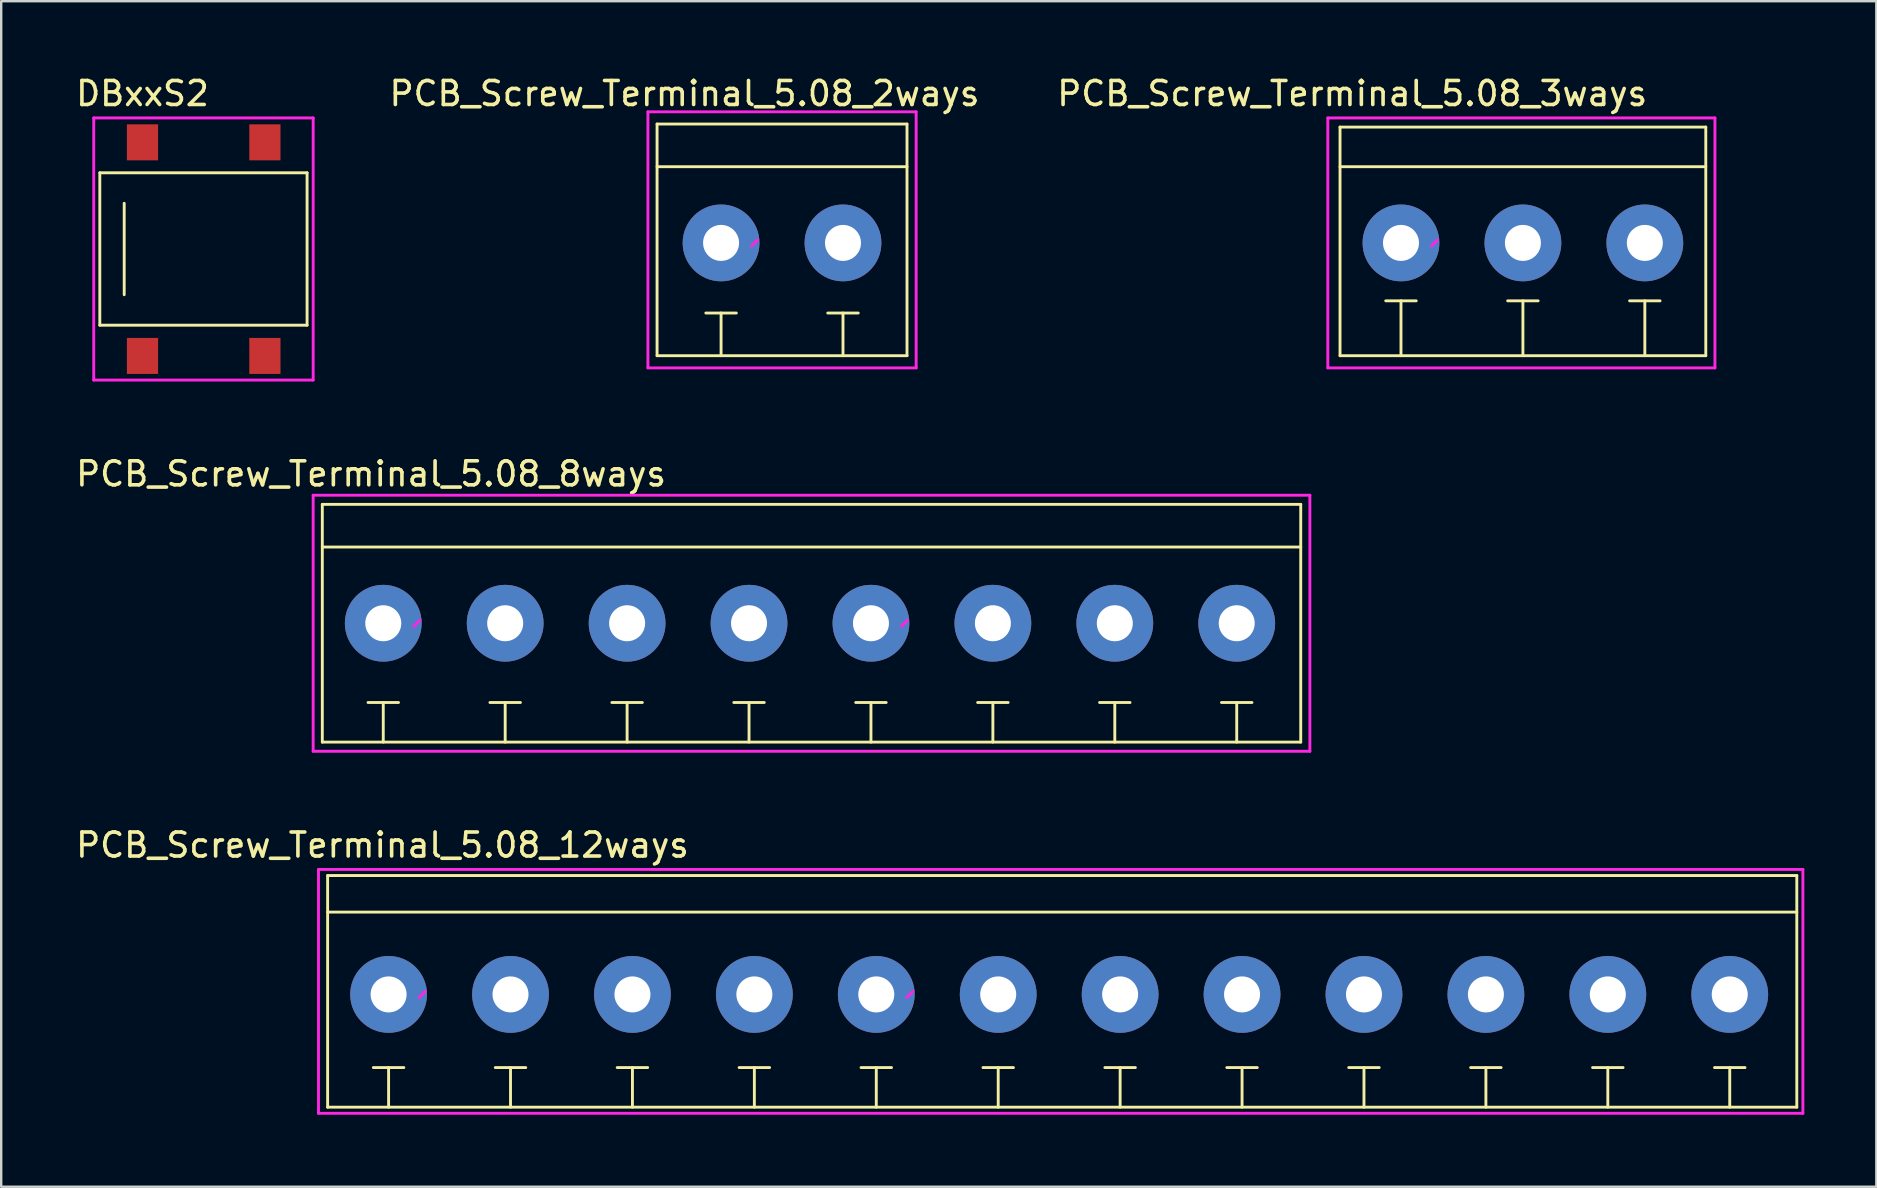
<source format=kicad_pcb>
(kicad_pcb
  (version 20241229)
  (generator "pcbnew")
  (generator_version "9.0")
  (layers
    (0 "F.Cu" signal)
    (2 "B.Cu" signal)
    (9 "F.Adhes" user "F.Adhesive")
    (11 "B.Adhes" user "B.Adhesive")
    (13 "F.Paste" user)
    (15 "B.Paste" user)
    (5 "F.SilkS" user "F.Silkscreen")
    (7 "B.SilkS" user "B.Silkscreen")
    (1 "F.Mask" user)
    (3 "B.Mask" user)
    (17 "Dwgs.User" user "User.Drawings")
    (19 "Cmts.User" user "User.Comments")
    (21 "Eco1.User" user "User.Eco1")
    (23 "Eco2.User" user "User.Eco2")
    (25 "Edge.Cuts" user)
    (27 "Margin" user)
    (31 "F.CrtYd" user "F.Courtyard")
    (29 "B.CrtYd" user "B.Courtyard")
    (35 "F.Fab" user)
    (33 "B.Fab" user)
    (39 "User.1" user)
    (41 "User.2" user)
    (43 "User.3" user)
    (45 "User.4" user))
  (footprint "PCB_Screw_Terminal_5.08_8ways"
    (layer "F.Cu")
    (at 19.269 22.791)
    (property "Reference" "PCB_Screw_Terminal_5.08_8ways" (at -6.858 -6.096 0) (layer "F.SilkS") (effects (font (size 1 1) (thickness 0.15))))
    (attr through_hole)
    (fp_line (start -8.89 -4.826) (end 31.877 -4.826) (stroke (width 0.12) (type solid)) (layer "F.SilkS"))
    (fp_line (start -8.89 5.08) (end -8.89 -4.826) (stroke (width 0.12) (type solid)) (layer "F.SilkS"))
    (fp_line (start -6.985 3.429) (end -5.715 3.429) (stroke (width 0.12) (type solid)) (layer "F.SilkS"))
    (fp_line (start -6.35 3.429) (end -6.35 5.08) (stroke (width 0.12) (type solid)) (layer "F.SilkS"))
    (fp_line (start -1.27 5.08) (end -1.27 3.429) (stroke (width 0.12) (type solid)) (layer "F.SilkS"))
    (fp_line (start -0.635 3.429) (end -1.905 3.429) (stroke (width 0.12) (type solid)) (layer "F.SilkS"))
    (fp_line (start 3.81 5.08) (end 3.81 3.429) (stroke (width 0.12) (type solid)) (layer "F.SilkS"))
    (fp_line (start 4.445 3.429) (end 3.175 3.429) (stroke (width 0.12) (type solid)) (layer "F.SilkS"))
    (fp_line (start 8.89 5.08) (end 8.89 3.429) (stroke (width 0.12) (type solid)) (layer "F.SilkS"))
    (fp_line (start 9.525 3.429) (end 8.255 3.429) (stroke (width 0.12) (type solid)) (layer "F.SilkS"))
    (fp_line (start 13.335 3.429) (end 14.605 3.429) (stroke (width 0.12) (type solid)) (layer "F.SilkS"))
    (fp_line (start 13.97 3.429) (end 13.97 5.08) (stroke (width 0.12) (type solid)) (layer "F.SilkS"))
    (fp_line (start 19.05 5.08) (end 19.05 3.429) (stroke (width 0.12) (type solid)) (layer "F.SilkS"))
    (fp_line (start 19.685 3.429) (end 18.415 3.429) (stroke (width 0.12) (type solid)) (layer "F.SilkS"))
    (fp_line (start 24.13 5.08) (end 24.13 3.429) (stroke (width 0.12) (type solid)) (layer "F.SilkS"))
    (fp_line (start 24.765 3.429) (end 23.495 3.429) (stroke (width 0.12) (type solid)) (layer "F.SilkS"))
    (fp_line (start 29.21 5.08) (end 29.21 3.429) (stroke (width 0.12) (type solid)) (layer "F.SilkS"))
    (fp_line (start 29.845 3.429) (end 28.575 3.429) (stroke (width 0.12) (type solid)) (layer "F.SilkS"))
    (fp_line (start 31.877 -4.826) (end 31.877 5.08) (stroke (width 0.12) (type solid)) (layer "F.SilkS"))
    (fp_line (start 31.877 -3.048) (end -8.89 -3.048) (stroke (width 0.12) (type solid)) (layer "F.SilkS"))
    (fp_line (start 31.877 5.08) (end -8.89 5.08) (stroke (width 0.12) (type solid)) (layer "F.SilkS"))
    (fp_line (start -9.271 -5.207) (end 32.258 -5.207) (stroke (width 0.12) (type solid)) (layer "F.CrtYd"))
    (fp_line (start -9.271 5.461) (end -9.271 -5.207) (stroke (width 0.12) (type solid)) (layer "F.CrtYd"))
    (fp_line (start -4.826 0) (end -5.08 0.254) (stroke (width 0.12) (type solid)) (layer "F.CrtYd"))
    (fp_line (start 15.494 0) (end 15.24 0.254) (stroke (width 0.12) (type solid)) (layer "F.CrtYd"))
    (fp_line (start 32.258 5.461) (end -9.271 5.461) (stroke (width 0.12) (type solid)) (layer "F.CrtYd"))
    (fp_line (start 32.258 5.461) (end 32.258 -5.207) (stroke (width 0.12) (type solid)) (layer "F.CrtYd"))
    (pad "1" thru_hole circle (at -6.35 0.127) (size 3.2 3.2) (drill 1.5) (layers "*.Cu" "*.Mask"))
    (pad "2" thru_hole circle (at -1.27 0.127) (size 3.2 3.2) (drill 1.5) (layers "*.Cu" "*.Mask"))
    (pad "3" thru_hole circle (at 3.81 0.127) (size 3.2 3.2) (drill 1.5) (layers "*.Cu" "*.Mask"))
    (pad "4" thru_hole circle (at 8.89 0.127) (size 3.2 3.2) (drill 1.5) (layers "*.Cu" "*.Mask"))
    (pad "5" thru_hole circle (at 13.97 0.127) (size 3.2 3.2) (drill 1.5) (layers "*.Cu" "*.Mask"))
    (pad "6" thru_hole circle (at 19.05 0.127) (size 3.2 3.2) (drill 1.5) (layers "*.Cu" "*.Mask"))
    (pad "7" thru_hole circle (at 24.13 0.127) (size 3.2 3.2) (drill 1.5) (layers "*.Cu" "*.Mask"))
    (pad "8" thru_hole circle (at 29.21 0.127) (size 3.2 3.2) (drill 1.5) (layers "*.Cu" "*.Mask")))
  (footprint "PCB_Screw_Terminal_5.08_2ways"
    (layer "F.Cu")
    (at 29.534 6.944)
    (property "Reference" "PCB_Screw_Terminal_5.08_2ways" (at -4.064 -6.096 0) (layer "F.SilkS") (effects (font (size 1 1) (thickness 0.15))))
    (attr through_hole)
    (fp_line (start -5.207 -4.826) (end 5.207 -4.826) (stroke (width 0.12) (type solid)) (layer "F.SilkS"))
    (fp_line (start -5.207 4.826) (end -5.207 -4.826) (stroke (width 0.12) (type solid)) (layer "F.SilkS"))
    (fp_line (start -3.175 3.048) (end -1.905 3.048) (stroke (width 0.12) (type solid)) (layer "F.SilkS"))
    (fp_line (start -2.54 3.048) (end -2.54 4.826) (stroke (width 0.12) (type solid)) (layer "F.SilkS"))
    (fp_line (start 2.54 4.826) (end 2.54 3.048) (stroke (width 0.12) (type solid)) (layer "F.SilkS"))
    (fp_line (start 3.175 3.048) (end 1.905 3.048) (stroke (width 0.12) (type solid)) (layer "F.SilkS"))
    (fp_line (start 5.207 -4.826) (end 5.207 4.826) (stroke (width 0.12) (type solid)) (layer "F.SilkS"))
    (fp_line (start 5.207 -3.048) (end -5.207 -3.048) (stroke (width 0.12) (type solid)) (layer "F.SilkS"))
    (fp_line (start 5.207 4.826) (end -5.207 4.826) (stroke (width 0.12) (type solid)) (layer "F.SilkS"))
    (fp_line (start -5.588 -5.334) (end 5.588 -5.334) (stroke (width 0.12) (type solid)) (layer "F.CrtYd"))
    (fp_line (start -5.588 5.334) (end -5.588 -5.334) (stroke (width 0.12) (type solid)) (layer "F.CrtYd"))
    (fp_line (start -1.016 0) (end -1.27 0.254) (stroke (width 0.12) (type solid)) (layer "F.CrtYd"))
    (fp_line (start 5.588 -5.334) (end 5.588 5.334) (stroke (width 0.12) (type solid)) (layer "F.CrtYd"))
    (fp_line (start 5.588 5.334) (end -5.588 5.334) (stroke (width 0.12) (type solid)) (layer "F.CrtYd"))
    (pad "1" thru_hole circle (at -2.54 0.127) (size 3.2 3.2) (drill 1.5) (layers "*.Cu" "*.Mask"))
    (pad "2" thru_hole circle (at 2.54 0.127) (size 3.2 3.2) (drill 1.5) (layers "*.Cu" "*.Mask")))
  (footprint "DBxxS2"
    (layer "F.Cu")
    (at 2.887 2.88)
    (property "Reference" "DBxxS2" (at 0 -2.032 0) (layer "F.SilkS") (effects (font (size 1 1) (thickness 0.15))))
    (attr through_hole)
    (fp_line (start -1.778 1.27) (end 6.858 1.27) (stroke (width 0.12) (type solid)) (layer "F.SilkS"))
    (fp_line (start -1.778 7.62) (end -1.778 1.27) (stroke (width 0.12) (type solid)) (layer "F.SilkS"))
    (fp_line (start -0.762 2.54) (end -0.762 6.35) (stroke (width 0.12) (type solid)) (layer "F.SilkS"))
    (fp_line (start 6.858 1.27) (end 6.858 7.62) (stroke (width 0.12) (type solid)) (layer "F.SilkS"))
    (fp_line (start 6.858 7.62) (end -1.778 7.62) (stroke (width 0.12) (type solid)) (layer "F.SilkS"))
    (fp_line (start -2.032 -1.016) (end -2.032 9.906) (stroke (width 0.12) (type solid)) (layer "F.CrtYd"))
    (fp_line (start -2.032 9.906) (end 7.112 9.906) (stroke (width 0.12) (type solid)) (layer "F.CrtYd"))
    (fp_line (start 7.112 -1.016) (end -2.032 -1.016) (stroke (width 0.12) (type solid)) (layer "F.CrtYd"))
    (fp_line (start 7.112 9.906) (end 7.112 -1.016) (stroke (width 0.12) (type solid)) (layer "F.CrtYd"))
    (pad "1" smd rect (at 0 8.9) (size 1.3 1.5) (layers "F.Cu" "F.Mask" "F.Paste"))
    (pad "2" smd rect (at 5.1 8.9) (size 1.3 1.5) (layers "F.Cu" "F.Mask" "F.Paste"))
    (pad "3" smd rect (at 5.1 0) (size 1.3 1.5) (layers "F.Cu" "F.Mask" "F.Paste"))
    (pad "4" smd rect (at 0 0) (size 1.3 1.5) (layers "F.Cu" "F.Mask" "F.Paste")))
  (footprint "PCB_Screw_Terminal_5.08_12ways"
    (layer "F.Cu")
    (at 13.141 38.256)
    (property "Reference" "PCB_Screw_Terminal_5.08_12ways" (at -0.254 -6.096 0) (layer "F.SilkS") (effects (font (size 1 1) (thickness 0.15))))
    (attr through_hole)
    (fp_line (start -2.54 -4.826) (end 58.674 -4.826) (stroke (width 0.12) (type solid)) (layer "F.SilkS"))
    (fp_line (start -2.54 4.826) (end -2.54 -4.826) (stroke (width 0.12) (type solid)) (layer "F.SilkS"))
    (fp_line (start -0.635 3.175) (end 0.635 3.175) (stroke (width 0.12) (type solid)) (layer "F.SilkS"))
    (fp_line (start 0 3.175) (end 0 4.826) (stroke (width 0.12) (type solid)) (layer "F.SilkS"))
    (fp_line (start 5.08 4.826) (end 5.08 3.175) (stroke (width 0.12) (type solid)) (layer "F.SilkS"))
    (fp_line (start 5.715 3.175) (end 4.445 3.175) (stroke (width 0.12) (type solid)) (layer "F.SilkS"))
    (fp_line (start 10.16 4.826) (end 10.16 3.175) (stroke (width 0.12) (type solid)) (layer "F.SilkS"))
    (fp_line (start 10.795 3.175) (end 9.525 3.175) (stroke (width 0.12) (type solid)) (layer "F.SilkS"))
    (fp_line (start 15.24 4.826) (end 15.24 3.175) (stroke (width 0.12) (type solid)) (layer "F.SilkS"))
    (fp_line (start 15.875 3.175) (end 14.605 3.175) (stroke (width 0.12) (type solid)) (layer "F.SilkS"))
    (fp_line (start 19.685 3.175) (end 20.955 3.175) (stroke (width 0.12) (type solid)) (layer "F.SilkS"))
    (fp_line (start 20.32 3.175) (end 20.32 4.826) (stroke (width 0.12) (type solid)) (layer "F.SilkS"))
    (fp_line (start 25.4 4.826) (end 25.4 3.175) (stroke (width 0.12) (type solid)) (layer "F.SilkS"))
    (fp_line (start 26.035 3.175) (end 24.765 3.175) (stroke (width 0.12) (type solid)) (layer "F.SilkS"))
    (fp_line (start 30.48 4.826) (end 30.48 3.175) (stroke (width 0.12) (type solid)) (layer "F.SilkS"))
    (fp_line (start 31.115 3.175) (end 29.845 3.175) (stroke (width 0.12) (type solid)) (layer "F.SilkS"))
    (fp_line (start 35.56 4.826) (end 35.56 3.175) (stroke (width 0.12) (type solid)) (layer "F.SilkS"))
    (fp_line (start 36.195 3.175) (end 34.925 3.175) (stroke (width 0.12) (type solid)) (layer "F.SilkS"))
    (fp_line (start 40.64 4.826) (end 40.64 3.175) (stroke (width 0.12) (type solid)) (layer "F.SilkS"))
    (fp_line (start 41.275 3.175) (end 40.005 3.175) (stroke (width 0.12) (type solid)) (layer "F.SilkS"))
    (fp_line (start 45.72 4.826) (end 45.72 3.175) (stroke (width 0.12) (type solid)) (layer "F.SilkS"))
    (fp_line (start 46.355 3.175) (end 45.085 3.175) (stroke (width 0.12) (type solid)) (layer "F.SilkS"))
    (fp_line (start 50.8 4.826) (end 50.8 3.175) (stroke (width 0.12) (type solid)) (layer "F.SilkS"))
    (fp_line (start 51.435 3.175) (end 50.165 3.175) (stroke (width 0.12) (type solid)) (layer "F.SilkS"))
    (fp_line (start 55.88 4.826) (end 55.88 3.175) (stroke (width 0.12) (type solid)) (layer "F.SilkS"))
    (fp_line (start 56.515 3.175) (end 55.245 3.175) (stroke (width 0.12) (type solid)) (layer "F.SilkS"))
    (fp_line (start 58.674 -4.826) (end 58.674 4.826) (stroke (width 0.12) (type solid)) (layer "F.SilkS"))
    (fp_line (start 58.674 -3.302) (end -2.54 -3.302) (stroke (width 0.12) (type solid)) (layer "F.SilkS"))
    (fp_line (start 58.674 4.826) (end -2.54 4.826) (stroke (width 0.12) (type solid)) (layer "F.SilkS"))
    (fp_line (start -2.921 -5.08) (end 58.928 -5.08) (stroke (width 0.12) (type solid)) (layer "F.CrtYd"))
    (fp_line (start -2.921 5.08) (end -2.921 -5.08) (stroke (width 0.12) (type solid)) (layer "F.CrtYd"))
    (fp_line (start 1.524 0) (end 1.27 0.254) (stroke (width 0.12) (type solid)) (layer "F.CrtYd"))
    (fp_line (start 21.844 0) (end 21.59 0.254) (stroke (width 0.12) (type solid)) (layer "F.CrtYd"))
    (fp_line (start 58.928 5.08) (end -2.921 5.08) (stroke (width 0.12) (type solid)) (layer "F.CrtYd"))
    (fp_line (start 58.928 5.08) (end 58.928 -5.08) (stroke (width 0.12) (type solid)) (layer "F.CrtYd"))
    (pad "1" thru_hole circle (at 0 0.127) (size 3.2 3.2) (drill 1.5) (layers "*.Cu" "*.Mask"))
    (pad "2" thru_hole circle (at 5.08 0.127) (size 3.2 3.2) (drill 1.5) (layers "*.Cu" "*.Mask"))
    (pad "3" thru_hole circle (at 10.16 0.127) (size 3.2 3.2) (drill 1.5) (layers "*.Cu" "*.Mask"))
    (pad "4" thru_hole circle (at 15.24 0.127) (size 3.2 3.2) (drill 1.5) (layers "*.Cu" "*.Mask"))
    (pad "5" thru_hole circle (at 20.32 0.127) (size 3.2 3.2) (drill 1.5) (layers "*.Cu" "*.Mask"))
    (pad "6" thru_hole circle (at 25.4 0.127) (size 3.2 3.2) (drill 1.5) (layers "*.Cu" "*.Mask"))
    (pad "7" thru_hole circle (at 30.48 0.127) (size 3.2 3.2) (drill 1.5) (layers "*.Cu" "*.Mask"))
    (pad "8" thru_hole circle (at 35.56 0.127) (size 3.2 3.2) (drill 1.5) (layers "*.Cu" "*.Mask"))
    (pad "9" thru_hole circle (at 40.64 0.127) (size 3.2 3.2) (drill 1.5) (layers "*.Cu" "*.Mask"))
    (pad "10" thru_hole circle (at 45.72 0.127) (size 3.2 3.2) (drill 1.5) (layers "*.Cu" "*.Mask"))
    (pad "11" thru_hole circle (at 50.8 0.127) (size 3.2 3.2) (drill 1.5) (layers "*.Cu" "*.Mask"))
    (pad "12" thru_hole circle (at 55.88 0.127) (size 3.2 3.2) (drill 1.5) (layers "*.Cu" "*.Mask")))
  (footprint "PCB_Screw_Terminal_5.08_3ways"
    (layer "F.Cu")
    (at 55.323 6.944)
    (property "Reference" "PCB_Screw_Terminal_5.08_3ways" (at -2.032 -6.096 0) (layer "F.SilkS") (effects (font (size 1 1) (thickness 0.15))))
    (attr through_hole)
    (fp_line (start -2.54 -4.699) (end 12.7 -4.699) (stroke (width 0.12) (type solid)) (layer "F.SilkS"))
    (fp_line (start -2.54 4.826) (end -2.54 -4.699) (stroke (width 0.12) (type solid)) (layer "F.SilkS"))
    (fp_line (start -0.635 2.54) (end 0.635 2.54) (stroke (width 0.12) (type solid)) (layer "F.SilkS"))
    (fp_line (start 0 2.54) (end 0 4.826) (stroke (width 0.12) (type solid)) (layer "F.SilkS"))
    (fp_line (start 5.08 4.826) (end 5.08 2.54) (stroke (width 0.12) (type solid)) (layer "F.SilkS"))
    (fp_line (start 5.715 2.54) (end 4.445 2.54) (stroke (width 0.12) (type solid)) (layer "F.SilkS"))
    (fp_line (start 10.16 4.826) (end 10.16 2.54) (stroke (width 0.12) (type solid)) (layer "F.SilkS"))
    (fp_line (start 10.795 2.54) (end 9.525 2.54) (stroke (width 0.12) (type solid)) (layer "F.SilkS"))
    (fp_line (start 12.7 -4.699) (end 12.7 4.826) (stroke (width 0.12) (type solid)) (layer "F.SilkS"))
    (fp_line (start 12.7 -3.048) (end -2.54 -3.048) (stroke (width 0.12) (type solid)) (layer "F.SilkS"))
    (fp_line (start 12.7 4.826) (end -2.54 4.826) (stroke (width 0.12) (type solid)) (layer "F.SilkS"))
    (fp_line (start -3.048 -5.08) (end 13.081 -5.08) (stroke (width 0.12) (type solid)) (layer "F.CrtYd"))
    (fp_line (start -3.048 5.334) (end -3.048 -5.08) (stroke (width 0.12) (type solid)) (layer "F.CrtYd"))
    (fp_line (start 1.524 0) (end 1.27 0.254) (stroke (width 0.12) (type solid)) (layer "F.CrtYd"))
    (fp_line (start 13.081 5.334) (end -3.048 5.334) (stroke (width 0.12) (type solid)) (layer "F.CrtYd"))
    (fp_line (start 13.081 5.334) (end 13.081 -5.08) (stroke (width 0.12) (type solid)) (layer "F.CrtYd"))
    (pad "1" thru_hole circle (at 0 0.127) (size 3.2 3.2) (drill 1.5) (layers "*.Cu" "*.Mask"))
    (pad "2" thru_hole circle (at 5.08 0.127) (size 3.2 3.2) (drill 1.5) (layers "*.Cu" "*.Mask"))
    (pad "3" thru_hole circle (at 10.16 0.127) (size 3.2 3.2) (drill 1.5) (layers "*.Cu" "*.Mask")))
  (gr_rect
    (start -3 -3)
    (end 75.129 46.396)
    (stroke (width 0.1) (type default))
    (fill no)
    (layer "Edge.Cuts")))
</source>
